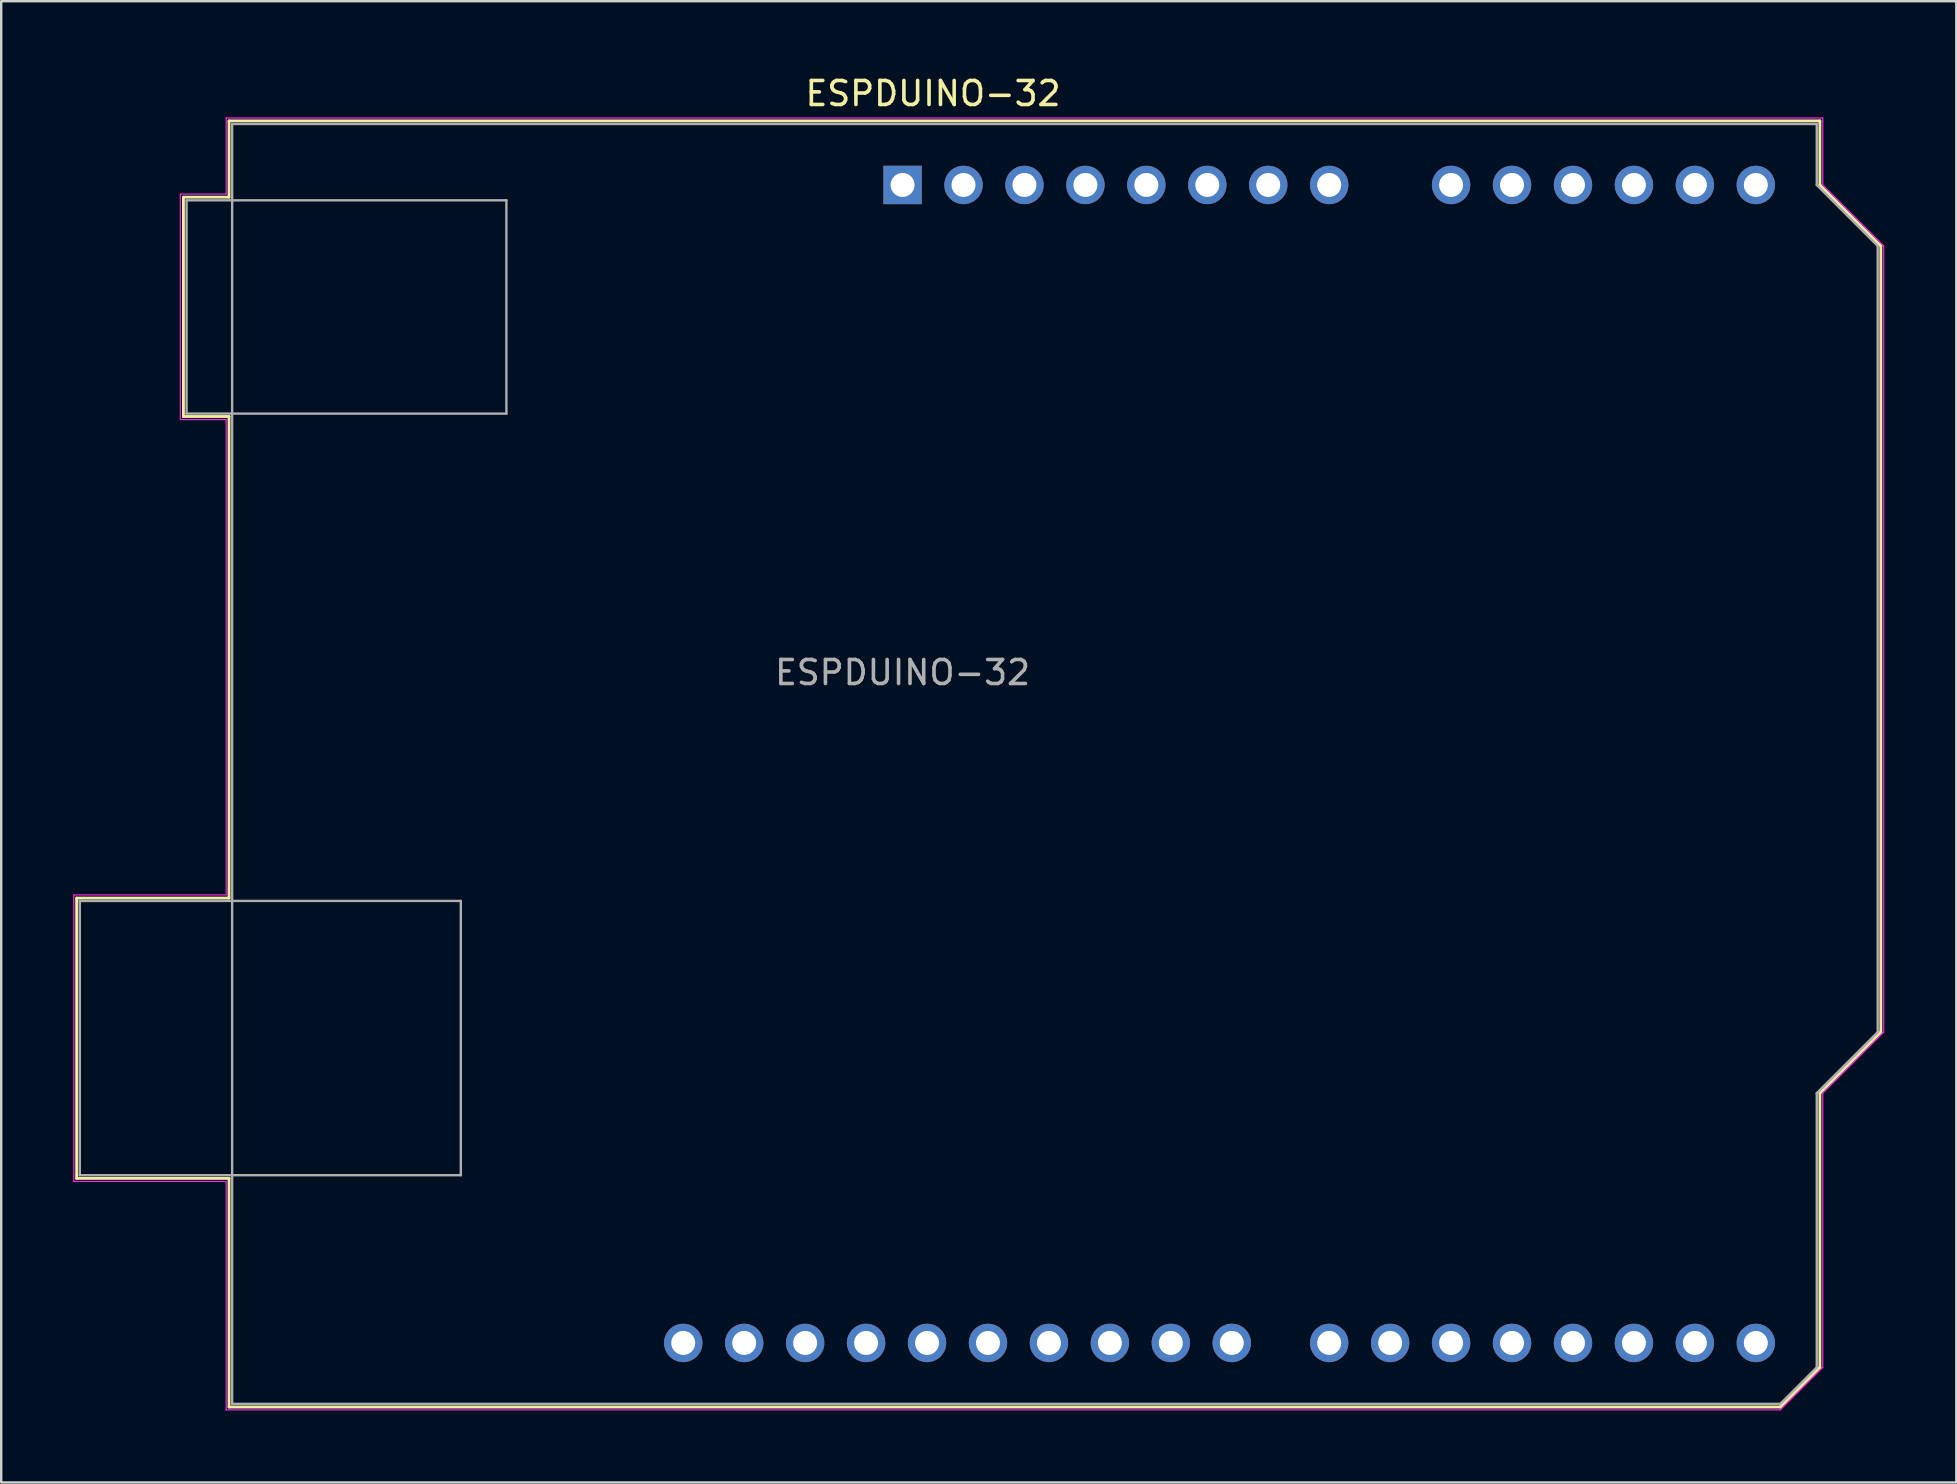
<source format=kicad_pcb>
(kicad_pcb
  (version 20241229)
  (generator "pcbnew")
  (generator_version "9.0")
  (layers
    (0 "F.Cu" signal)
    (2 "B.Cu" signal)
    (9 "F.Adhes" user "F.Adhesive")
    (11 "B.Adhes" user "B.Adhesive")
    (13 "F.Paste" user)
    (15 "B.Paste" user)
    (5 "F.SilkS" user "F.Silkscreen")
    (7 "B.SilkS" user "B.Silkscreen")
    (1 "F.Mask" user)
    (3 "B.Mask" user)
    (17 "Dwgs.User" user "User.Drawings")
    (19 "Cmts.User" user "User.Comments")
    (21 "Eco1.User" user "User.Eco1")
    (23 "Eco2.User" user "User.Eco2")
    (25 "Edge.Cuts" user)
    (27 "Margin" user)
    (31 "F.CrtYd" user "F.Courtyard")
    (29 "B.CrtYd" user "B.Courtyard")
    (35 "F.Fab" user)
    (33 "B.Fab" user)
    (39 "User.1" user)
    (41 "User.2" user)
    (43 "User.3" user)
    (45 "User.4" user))
  (footprint "ESPDUINO-32"
    (layer "F.Cu")
    (at 34.565 4.658)
    (property "Reference" "ESPDUINO-32" (at 1.27 -3.81 180) (layer "F.SilkS") (effects (font (size 1 1) (thickness 0.15))))
    (attr through_hole)
    (fp_line (start -34.42 29.72) (end -34.42 41.4) (stroke (width 0.12) (type solid)) (layer "F.SilkS"))
    (fp_line (start -34.42 41.4) (end -28.07 41.4) (stroke (width 0.12) (type solid)) (layer "F.SilkS"))
    (fp_line (start -29.97 0.51) (end -29.97 9.65) (stroke (width 0.12) (type solid)) (layer "F.SilkS"))
    (fp_line (start -29.97 9.65) (end -28.07 9.65) (stroke (width 0.12) (type solid)) (layer "F.SilkS"))
    (fp_line (start -28.07 -2.67) (end -28.07 0.51) (stroke (width 0.12) (type solid)) (layer "F.SilkS"))
    (fp_line (start -28.07 0.51) (end -29.97 0.51) (stroke (width 0.12) (type solid)) (layer "F.SilkS"))
    (fp_line (start -28.07 9.65) (end -28.07 29.72) (stroke (width 0.12) (type solid)) (layer "F.SilkS"))
    (fp_line (start -28.07 29.72) (end -34.42 29.72) (stroke (width 0.12) (type solid)) (layer "F.SilkS"))
    (fp_line (start -28.07 41.4) (end -28.07 50.93) (stroke (width 0.12) (type solid)) (layer "F.SilkS"))
    (fp_line (start -28.07 50.93) (end 36.58 50.93) (stroke (width 0.12) (type solid)) (layer "F.SilkS"))
    (fp_line (start 36.58 50.93) (end 38.23 49.28) (stroke (width 0.12) (type solid)) (layer "F.SilkS"))
    (fp_line (start 38.23 -2.67) (end -28.07 -2.67) (stroke (width 0.12) (type solid)) (layer "F.SilkS"))
    (fp_line (start 38.23 0) (end 38.23 -2.67) (stroke (width 0.12) (type solid)) (layer "F.SilkS"))
    (fp_line (start 38.23 37.85) (end 40.77 35.31) (stroke (width 0.12) (type solid)) (layer "F.SilkS"))
    (fp_line (start 38.23 49.28) (end 38.23 37.85) (stroke (width 0.12) (type solid)) (layer "F.SilkS"))
    (fp_line (start 40.77 2.54) (end 38.23 0) (stroke (width 0.12) (type solid)) (layer "F.SilkS"))
    (fp_line (start 40.77 35.31) (end 40.77 2.54) (stroke (width 0.12) (type solid)) (layer "F.SilkS"))
    (fp_line (start -34.54 29.59) (end -28.19 29.59) (stroke (width 0.05) (type solid)) (layer "F.CrtYd"))
    (fp_line (start -34.54 41.53) (end -34.54 29.59) (stroke (width 0.05) (type solid)) (layer "F.CrtYd"))
    (fp_line (start -30.1 0.38) (end -28.19 0.38) (stroke (width 0.05) (type solid)) (layer "F.CrtYd"))
    (fp_line (start -30.1 9.78) (end -30.1 0.38) (stroke (width 0.05) (type solid)) (layer "F.CrtYd"))
    (fp_line (start -28.19 -2.79) (end 38.35 -2.79) (stroke (width 0.05) (type solid)) (layer "F.CrtYd"))
    (fp_line (start -28.19 0.38) (end -28.19 -2.79) (stroke (width 0.05) (type solid)) (layer "F.CrtYd"))
    (fp_line (start -28.19 9.78) (end -30.1 9.78) (stroke (width 0.05) (type solid)) (layer "F.CrtYd"))
    (fp_line (start -28.19 29.59) (end -28.19 9.78) (stroke (width 0.05) (type solid)) (layer "F.CrtYd"))
    (fp_line (start -28.19 41.53) (end -34.54 41.53) (stroke (width 0.05) (type solid)) (layer "F.CrtYd"))
    (fp_line (start -28.19 51.05) (end -28.19 41.53) (stroke (width 0.05) (type solid)) (layer "F.CrtYd"))
    (fp_line (start 36.58 51.05) (end -28.19 51.05) (stroke (width 0.05) (type solid)) (layer "F.CrtYd"))
    (fp_line (start 38.35 -2.79) (end 38.35 0) (stroke (width 0.05) (type solid)) (layer "F.CrtYd"))
    (fp_line (start 38.35 0) (end 40.89 2.54) (stroke (width 0.05) (type solid)) (layer "F.CrtYd"))
    (fp_line (start 38.35 37.85) (end 38.35 49.28) (stroke (width 0.05) (type solid)) (layer "F.CrtYd"))
    (fp_line (start 38.35 49.28) (end 36.58 51.05) (stroke (width 0.05) (type solid)) (layer "F.CrtYd"))
    (fp_line (start 40.89 2.54) (end 40.89 35.31) (stroke (width 0.05) (type solid)) (layer "F.CrtYd"))
    (fp_line (start 40.89 35.31) (end 38.35 37.85) (stroke (width 0.05) (type solid)) (layer "F.CrtYd"))
    (fp_line (start -34.29 29.84) (end -18.41 29.84) (stroke (width 0.1) (type solid)) (layer "F.Fab"))
    (fp_line (start -34.29 41.27) (end -34.29 29.84) (stroke (width 0.1) (type solid)) (layer "F.Fab"))
    (fp_line (start -29.84 0.64) (end -16.51 0.64) (stroke (width 0.1) (type solid)) (layer "F.Fab"))
    (fp_line (start -29.84 9.53) (end -29.84 0.64) (stroke (width 0.1) (type solid)) (layer "F.Fab"))
    (fp_line (start -27.94 -2.54) (end 38.1 -2.54) (stroke (width 0.1) (type solid)) (layer "F.Fab"))
    (fp_line (start -27.94 50.8) (end -27.94 -2.54) (stroke (width 0.1) (type solid)) (layer "F.Fab"))
    (fp_line (start -18.41 29.84) (end -18.41 41.27) (stroke (width 0.1) (type solid)) (layer "F.Fab"))
    (fp_line (start -18.41 41.27) (end -34.29 41.27) (stroke (width 0.1) (type solid)) (layer "F.Fab"))
    (fp_line (start -16.51 0.64) (end -16.51 9.53) (stroke (width 0.1) (type solid)) (layer "F.Fab"))
    (fp_line (start -16.51 9.53) (end -29.84 9.53) (stroke (width 0.1) (type solid)) (layer "F.Fab"))
    (fp_line (start 36.58 50.8) (end -27.94 50.8) (stroke (width 0.1) (type solid)) (layer "F.Fab"))
    (fp_line (start 38.1 -2.54) (end 38.1 0) (stroke (width 0.1) (type solid)) (layer "F.Fab"))
    (fp_line (start 38.1 0) (end 40.64 2.54) (stroke (width 0.1) (type solid)) (layer "F.Fab"))
    (fp_line (start 38.1 37.85) (end 38.1 49.28) (stroke (width 0.1) (type solid)) (layer "F.Fab"))
    (fp_line (start 38.1 49.28) (end 36.58 50.8) (stroke (width 0.1) (type solid)) (layer "F.Fab"))
    (fp_line (start 40.64 2.54) (end 40.64 35.31) (stroke (width 0.1) (type solid)) (layer "F.Fab"))
    (fp_line (start 40.64 35.31) (end 38.1 37.85) (stroke (width 0.1) (type solid)) (layer "F.Fab"))
    (fp_text user "${REFERENCE}" (at 0 20.32 180) (layer "F.Fab") (effects (font (size 1 1) (thickness 0.15))))
    (pad "1" thru_hole rect (at 0 0 90) (size 1.6 1.6) (drill 1) (layers "*.Cu" "*.Mask"))
    (pad "2" thru_hole oval (at 2.54 0 90) (size 1.6 1.6) (drill 1) (layers "*.Cu" "*.Mask"))
    (pad "3" thru_hole oval (at 5.08 0 90) (size 1.6 1.6) (drill 1) (layers "*.Cu" "*.Mask"))
    (pad "4" thru_hole oval (at 7.62 0 90) (size 1.6 1.6) (drill 1) (layers "*.Cu" "*.Mask"))
    (pad "5" thru_hole oval (at 10.16 0 90) (size 1.6 1.6) (drill 1) (layers "*.Cu" "*.Mask"))
    (pad "6" thru_hole oval (at 12.7 0 90) (size 1.6 1.6) (drill 1) (layers "*.Cu" "*.Mask"))
    (pad "7" thru_hole oval (at 15.24 0 90) (size 1.6 1.6) (drill 1) (layers "*.Cu" "*.Mask"))
    (pad "8" thru_hole oval (at 17.78 0 90) (size 1.6 1.6) (drill 1) (layers "*.Cu" "*.Mask"))
    (pad "9" thru_hole oval (at 22.86 0 90) (size 1.6 1.6) (drill 1) (layers "*.Cu" "*.Mask"))
    (pad "10" thru_hole oval (at 25.4 0 90) (size 1.6 1.6) (drill 1) (layers "*.Cu" "*.Mask"))
    (pad "11" thru_hole oval (at 27.94 0 90) (size 1.6 1.6) (drill 1) (layers "*.Cu" "*.Mask"))
    (pad "12" thru_hole oval (at 30.48 0 90) (size 1.6 1.6) (drill 1) (layers "*.Cu" "*.Mask"))
    (pad "13" thru_hole oval (at 33.02 0 90) (size 1.6 1.6) (drill 1) (layers "*.Cu" "*.Mask"))
    (pad "14" thru_hole oval (at 35.56 0 90) (size 1.6 1.6) (drill 1) (layers "*.Cu" "*.Mask"))
    (pad "15" thru_hole oval (at 35.56 48.26 90) (size 1.6 1.6) (drill 1) (layers "*.Cu" "*.Mask"))
    (pad "16" thru_hole oval (at 33.02 48.26 90) (size 1.6 1.6) (drill 1) (layers "*.Cu" "*.Mask"))
    (pad "17" thru_hole oval (at 30.48 48.26 90) (size 1.6 1.6) (drill 1) (layers "*.Cu" "*.Mask"))
    (pad "18" thru_hole oval (at 27.94 48.26 90) (size 1.6 1.6) (drill 1) (layers "*.Cu" "*.Mask"))
    (pad "19" thru_hole oval (at 25.4 48.26 90) (size 1.6 1.6) (drill 1) (layers "*.Cu" "*.Mask"))
    (pad "20" thru_hole oval (at 22.86 48.26 90) (size 1.6 1.6) (drill 1) (layers "*.Cu" "*.Mask"))
    (pad "21" thru_hole oval (at 20.32 48.26 90) (size 1.6 1.6) (drill 1) (layers "*.Cu" "*.Mask"))
    (pad "22" thru_hole oval (at 17.78 48.26 90) (size 1.6 1.6) (drill 1) (layers "*.Cu" "*.Mask"))
    (pad "23" thru_hole oval (at 13.72 48.26 90) (size 1.6 1.6) (drill 1) (layers "*.Cu" "*.Mask"))
    (pad "24" thru_hole oval (at 11.18 48.26 90) (size 1.6 1.6) (drill 1) (layers "*.Cu" "*.Mask"))
    (pad "25" thru_hole oval (at 8.64 48.26 90) (size 1.6 1.6) (drill 1) (layers "*.Cu" "*.Mask"))
    (pad "26" thru_hole oval (at 6.1 48.26 90) (size 1.6 1.6) (drill 1) (layers "*.Cu" "*.Mask"))
    (pad "27" thru_hole oval (at 3.56 48.26 90) (size 1.6 1.6) (drill 1) (layers "*.Cu" "*.Mask"))
    (pad "28" thru_hole oval (at 1.02 48.26 90) (size 1.6 1.6) (drill 1) (layers "*.Cu" "*.Mask"))
    (pad "29" thru_hole oval (at -1.52 48.26 90) (size 1.6 1.6) (drill 1) (layers "*.Cu" "*.Mask"))
    (pad "30" thru_hole oval (at -4.06 48.26 90) (size 1.6 1.6) (drill 1) (layers "*.Cu" "*.Mask"))
    (pad "31" thru_hole oval (at -6.6 48.26 90) (size 1.6 1.6) (drill 1) (layers "*.Cu" "*.Mask"))
    (pad "32" thru_hole oval (at -9.14 48.26 90) (size 1.6 1.6) (drill 1) (layers "*.Cu" "*.Mask")))
  (gr_rect
    (start -3 -3)
    (end 78.48 58.733)
    (stroke (width 0.1) (type default))
    (fill no)
    (layer "Edge.Cuts")))
</source>
